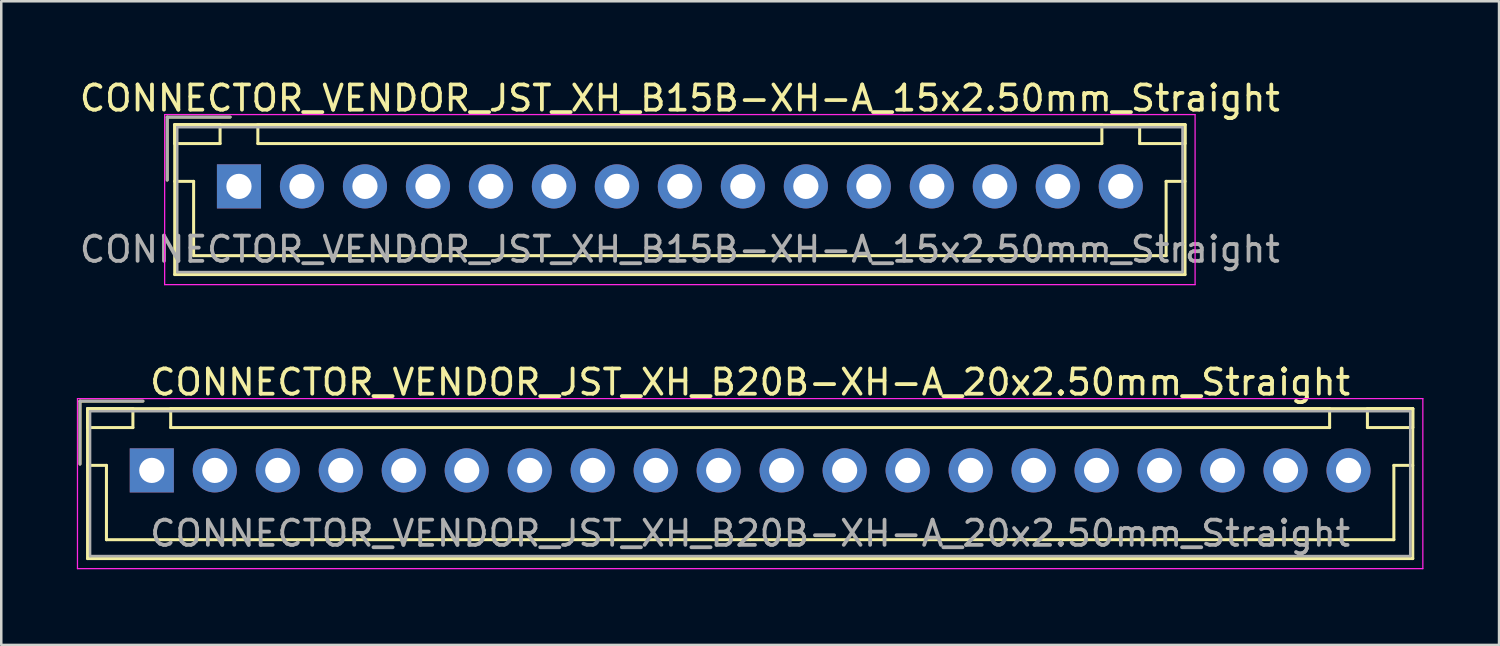
<source format=kicad_pcb>
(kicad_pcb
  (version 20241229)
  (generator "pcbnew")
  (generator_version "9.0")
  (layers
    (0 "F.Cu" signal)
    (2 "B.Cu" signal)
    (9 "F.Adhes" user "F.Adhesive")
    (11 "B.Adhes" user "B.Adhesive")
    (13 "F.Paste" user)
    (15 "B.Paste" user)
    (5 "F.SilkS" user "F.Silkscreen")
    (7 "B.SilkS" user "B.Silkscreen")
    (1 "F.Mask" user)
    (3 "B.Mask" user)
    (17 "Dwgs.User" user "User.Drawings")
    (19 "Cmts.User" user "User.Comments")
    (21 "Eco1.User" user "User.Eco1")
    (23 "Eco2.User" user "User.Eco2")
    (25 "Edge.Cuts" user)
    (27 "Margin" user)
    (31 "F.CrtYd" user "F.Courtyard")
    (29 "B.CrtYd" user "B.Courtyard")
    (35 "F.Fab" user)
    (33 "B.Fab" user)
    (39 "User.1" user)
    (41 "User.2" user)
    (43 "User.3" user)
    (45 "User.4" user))
  (footprint "CONNECTOR_VENDOR_JST_XH_B20B-XH-A_20x2.50mm_Straight"
    (layer "F.Cu")
    (at 2.975 15.621)
    (property "Reference" "CONNECTOR_VENDOR_JST_XH_B20B-XH-A_20x2.50mm_Straight" (at 23.75 -3.5 0) (layer "F.SilkS") (effects (font (size 1 1) (thickness 0.15))))
    (attr through_hole)
    (fp_line (start -2.85 -2.75) (end -2.85 -0.25) (stroke (width 0.12) (type solid)) (layer "F.SilkS"))
    (fp_line (start -2.55 -2.45) (end -2.55 -1.7) (stroke (width 0.12) (type solid)) (layer "F.SilkS"))
    (fp_line (start -2.55 -2.45) (end -2.55 3.5) (stroke (width 0.12) (type solid)) (layer "F.SilkS"))
    (fp_line (start -2.55 -1.7) (end -0.75 -1.7) (stroke (width 0.12) (type solid)) (layer "F.SilkS"))
    (fp_line (start -2.55 -0.2) (end -1.8 -0.2) (stroke (width 0.12) (type solid)) (layer "F.SilkS"))
    (fp_line (start -2.55 3.5) (end 50.05 3.5) (stroke (width 0.12) (type solid)) (layer "F.SilkS"))
    (fp_line (start -1.8 -0.2) (end -1.8 2.75) (stroke (width 0.12) (type solid)) (layer "F.SilkS"))
    (fp_line (start -1.8 2.75) (end 23.75 2.75) (stroke (width 0.12) (type solid)) (layer "F.SilkS"))
    (fp_line (start -0.75 -2.45) (end -2.55 -2.45) (stroke (width 0.12) (type solid)) (layer "F.SilkS"))
    (fp_line (start -0.75 -1.7) (end -0.75 -2.45) (stroke (width 0.12) (type solid)) (layer "F.SilkS"))
    (fp_line (start -0.35 -2.75) (end -2.85 -2.75) (stroke (width 0.12) (type solid)) (layer "F.SilkS"))
    (fp_line (start 0.75 -2.45) (end 0.75 -1.7) (stroke (width 0.12) (type solid)) (layer "F.SilkS"))
    (fp_line (start 0.75 -1.7) (end 46.75 -1.7) (stroke (width 0.12) (type solid)) (layer "F.SilkS"))
    (fp_line (start 46.75 -2.45) (end 0.75 -2.45) (stroke (width 0.12) (type solid)) (layer "F.SilkS"))
    (fp_line (start 46.75 -1.7) (end 46.75 -2.45) (stroke (width 0.12) (type solid)) (layer "F.SilkS"))
    (fp_line (start 48.25 -2.45) (end 48.25 -1.7) (stroke (width 0.12) (type solid)) (layer "F.SilkS"))
    (fp_line (start 48.25 -1.7) (end 50.05 -1.7) (stroke (width 0.12) (type solid)) (layer "F.SilkS"))
    (fp_line (start 49.3 -0.2) (end 49.3 2.75) (stroke (width 0.12) (type solid)) (layer "F.SilkS"))
    (fp_line (start 49.3 2.75) (end 23.75 2.75) (stroke (width 0.12) (type solid)) (layer "F.SilkS"))
    (fp_line (start 50.05 -2.45) (end -2.55 -2.45) (stroke (width 0.12) (type solid)) (layer "F.SilkS"))
    (fp_line (start 50.05 -2.45) (end 48.25 -2.45) (stroke (width 0.12) (type solid)) (layer "F.SilkS"))
    (fp_line (start 50.05 -1.7) (end 50.05 -2.45) (stroke (width 0.12) (type solid)) (layer "F.SilkS"))
    (fp_line (start 50.05 -0.2) (end 49.3 -0.2) (stroke (width 0.12) (type solid)) (layer "F.SilkS"))
    (fp_line (start 50.05 3.5) (end 50.05 -2.45) (stroke (width 0.12) (type solid)) (layer "F.SilkS"))
    (fp_line (start -2.95 -2.85) (end -2.95 3.9) (stroke (width 0.05) (type solid)) (layer "F.CrtYd"))
    (fp_line (start -2.95 3.9) (end 50.45 3.9) (stroke (width 0.05) (type solid)) (layer "F.CrtYd"))
    (fp_line (start 50.45 -2.85) (end -2.95 -2.85) (stroke (width 0.05) (type solid)) (layer "F.CrtYd"))
    (fp_line (start 50.45 3.9) (end 50.45 -2.85) (stroke (width 0.05) (type solid)) (layer "F.CrtYd"))
    (fp_line (start -2.85 -2.75) (end -2.85 -0.25) (stroke (width 0.1) (type solid)) (layer "F.Fab"))
    (fp_line (start -2.45 -2.35) (end -2.45 3.4) (stroke (width 0.1) (type solid)) (layer "F.Fab"))
    (fp_line (start -2.45 3.4) (end 49.95 3.4) (stroke (width 0.1) (type solid)) (layer "F.Fab"))
    (fp_line (start -0.35 -2.75) (end -2.85 -2.75) (stroke (width 0.1) (type solid)) (layer "F.Fab"))
    (fp_line (start 49.95 -2.35) (end -2.45 -2.35) (stroke (width 0.1) (type solid)) (layer "F.Fab"))
    (fp_line (start 49.95 3.4) (end 49.95 -2.35) (stroke (width 0.1) (type solid)) (layer "F.Fab"))
    (fp_text user "${REFERENCE}" (at 23.75 2.5 0) (layer "F.Fab") (effects (font (size 1 1) (thickness 0.15))))
    (pad "1" thru_hole rect (at 0 0) (size 1.75 1.75) (drill 1) (layers "*.Cu" "*.Mask"))
    (pad "2" thru_hole circle (at 2.5 0) (size 1.75 1.75) (drill 1) (layers "*.Cu" "*.Mask"))
    (pad "3" thru_hole circle (at 5 0) (size 1.75 1.75) (drill 1) (layers "*.Cu" "*.Mask"))
    (pad "4" thru_hole circle (at 7.5 0) (size 1.75 1.75) (drill 1) (layers "*.Cu" "*.Mask"))
    (pad "5" thru_hole circle (at 10 0) (size 1.75 1.75) (drill 1) (layers "*.Cu" "*.Mask"))
    (pad "6" thru_hole circle (at 12.5 0) (size 1.75 1.75) (drill 1) (layers "*.Cu" "*.Mask"))
    (pad "7" thru_hole circle (at 15 0) (size 1.75 1.75) (drill 1) (layers "*.Cu" "*.Mask"))
    (pad "8" thru_hole circle (at 17.5 0) (size 1.75 1.75) (drill 1) (layers "*.Cu" "*.Mask"))
    (pad "9" thru_hole circle (at 20 0) (size 1.75 1.75) (drill 1) (layers "*.Cu" "*.Mask"))
    (pad "10" thru_hole circle (at 22.5 0) (size 1.75 1.75) (drill 1) (layers "*.Cu" "*.Mask"))
    (pad "11" thru_hole circle (at 25 0) (size 1.75 1.75) (drill 1) (layers "*.Cu" "*.Mask"))
    (pad "12" thru_hole circle (at 27.5 0) (size 1.75 1.75) (drill 1) (layers "*.Cu" "*.Mask"))
    (pad "13" thru_hole circle (at 30 0) (size 1.75 1.75) (drill 1) (layers "*.Cu" "*.Mask"))
    (pad "14" thru_hole circle (at 32.5 0) (size 1.75 1.75) (drill 1) (layers "*.Cu" "*.Mask"))
    (pad "15" thru_hole circle (at 35 0) (size 1.75 1.75) (drill 1) (layers "*.Cu" "*.Mask"))
    (pad "16" thru_hole circle (at 37.5 0) (size 1.75 1.75) (drill 1) (layers "*.Cu" "*.Mask"))
    (pad "17" thru_hole circle (at 40 0) (size 1.75 1.75) (drill 1) (layers "*.Cu" "*.Mask"))
    (pad "18" thru_hole circle (at 42.5 0) (size 1.75 1.75) (drill 1) (layers "*.Cu" "*.Mask"))
    (pad "19" thru_hole circle (at 45 0) (size 1.75 1.75) (drill 1) (layers "*.Cu" "*.Mask"))
    (pad "20" thru_hole circle (at 47.5 0) (size 1.75 1.75) (drill 1) (layers "*.Cu" "*.Mask")))
  (footprint "CONNECTOR_VENDOR_JST_XH_B15B-XH-A_15x2.50mm_Straight"
    (layer "F.Cu")
    (at 6.435 4.348)
    (property "Reference" "CONNECTOR_VENDOR_JST_XH_B15B-XH-A_15x2.50mm_Straight" (at 17.5 -3.5 0) (layer "F.SilkS") (effects (font (size 1 1) (thickness 0.15))))
    (attr through_hole)
    (fp_line (start -2.85 -2.75) (end -2.85 -0.25) (stroke (width 0.12) (type solid)) (layer "F.SilkS"))
    (fp_line (start -2.55 -2.45) (end -2.55 -1.7) (stroke (width 0.12) (type solid)) (layer "F.SilkS"))
    (fp_line (start -2.55 -2.45) (end -2.55 3.5) (stroke (width 0.12) (type solid)) (layer "F.SilkS"))
    (fp_line (start -2.55 -1.7) (end -0.75 -1.7) (stroke (width 0.12) (type solid)) (layer "F.SilkS"))
    (fp_line (start -2.55 -0.2) (end -1.8 -0.2) (stroke (width 0.12) (type solid)) (layer "F.SilkS"))
    (fp_line (start -2.55 3.5) (end 37.55 3.5) (stroke (width 0.12) (type solid)) (layer "F.SilkS"))
    (fp_line (start -1.8 -0.2) (end -1.8 2.75) (stroke (width 0.12) (type solid)) (layer "F.SilkS"))
    (fp_line (start -1.8 2.75) (end 17.5 2.75) (stroke (width 0.12) (type solid)) (layer "F.SilkS"))
    (fp_line (start -0.75 -2.45) (end -2.55 -2.45) (stroke (width 0.12) (type solid)) (layer "F.SilkS"))
    (fp_line (start -0.75 -1.7) (end -0.75 -2.45) (stroke (width 0.12) (type solid)) (layer "F.SilkS"))
    (fp_line (start -0.35 -2.75) (end -2.85 -2.75) (stroke (width 0.12) (type solid)) (layer "F.SilkS"))
    (fp_line (start 0.75 -2.45) (end 0.75 -1.7) (stroke (width 0.12) (type solid)) (layer "F.SilkS"))
    (fp_line (start 0.75 -1.7) (end 34.25 -1.7) (stroke (width 0.12) (type solid)) (layer "F.SilkS"))
    (fp_line (start 34.25 -2.45) (end 0.75 -2.45) (stroke (width 0.12) (type solid)) (layer "F.SilkS"))
    (fp_line (start 34.25 -1.7) (end 34.25 -2.45) (stroke (width 0.12) (type solid)) (layer "F.SilkS"))
    (fp_line (start 35.75 -2.45) (end 35.75 -1.7) (stroke (width 0.12) (type solid)) (layer "F.SilkS"))
    (fp_line (start 35.75 -1.7) (end 37.55 -1.7) (stroke (width 0.12) (type solid)) (layer "F.SilkS"))
    (fp_line (start 36.8 -0.2) (end 36.8 2.75) (stroke (width 0.12) (type solid)) (layer "F.SilkS"))
    (fp_line (start 36.8 2.75) (end 17.5 2.75) (stroke (width 0.12) (type solid)) (layer "F.SilkS"))
    (fp_line (start 37.55 -2.45) (end -2.55 -2.45) (stroke (width 0.12) (type solid)) (layer "F.SilkS"))
    (fp_line (start 37.55 -2.45) (end 35.75 -2.45) (stroke (width 0.12) (type solid)) (layer "F.SilkS"))
    (fp_line (start 37.55 -1.7) (end 37.55 -2.45) (stroke (width 0.12) (type solid)) (layer "F.SilkS"))
    (fp_line (start 37.55 -0.2) (end 36.8 -0.2) (stroke (width 0.12) (type solid)) (layer "F.SilkS"))
    (fp_line (start 37.55 3.5) (end 37.55 -2.45) (stroke (width 0.12) (type solid)) (layer "F.SilkS"))
    (fp_line (start -2.95 -2.85) (end -2.95 3.9) (stroke (width 0.05) (type solid)) (layer "F.CrtYd"))
    (fp_line (start -2.95 3.9) (end 37.95 3.9) (stroke (width 0.05) (type solid)) (layer "F.CrtYd"))
    (fp_line (start 37.95 -2.85) (end -2.95 -2.85) (stroke (width 0.05) (type solid)) (layer "F.CrtYd"))
    (fp_line (start 37.95 3.9) (end 37.95 -2.85) (stroke (width 0.05) (type solid)) (layer "F.CrtYd"))
    (fp_line (start -2.85 -2.75) (end -2.85 -0.25) (stroke (width 0.1) (type solid)) (layer "F.Fab"))
    (fp_line (start -2.45 -2.35) (end -2.45 3.4) (stroke (width 0.1) (type solid)) (layer "F.Fab"))
    (fp_line (start -2.45 3.4) (end 37.45 3.4) (stroke (width 0.1) (type solid)) (layer "F.Fab"))
    (fp_line (start -0.35 -2.75) (end -2.85 -2.75) (stroke (width 0.1) (type solid)) (layer "F.Fab"))
    (fp_line (start 37.45 -2.35) (end -2.45 -2.35) (stroke (width 0.1) (type solid)) (layer "F.Fab"))
    (fp_line (start 37.45 3.4) (end 37.45 -2.35) (stroke (width 0.1) (type solid)) (layer "F.Fab"))
    (fp_text user "${REFERENCE}" (at 17.5 2.5 0) (layer "F.Fab") (effects (font (size 1 1) (thickness 0.15))))
    (pad "1" thru_hole rect (at 0 0) (size 1.75 1.75) (drill 1) (layers "*.Cu" "*.Mask"))
    (pad "2" thru_hole circle (at 2.5 0) (size 1.75 1.75) (drill 1) (layers "*.Cu" "*.Mask"))
    (pad "3" thru_hole circle (at 5 0) (size 1.75 1.75) (drill 1) (layers "*.Cu" "*.Mask"))
    (pad "4" thru_hole circle (at 7.5 0) (size 1.75 1.75) (drill 1) (layers "*.Cu" "*.Mask"))
    (pad "5" thru_hole circle (at 10 0) (size 1.75 1.75) (drill 1) (layers "*.Cu" "*.Mask"))
    (pad "6" thru_hole circle (at 12.5 0) (size 1.75 1.75) (drill 1) (layers "*.Cu" "*.Mask"))
    (pad "7" thru_hole circle (at 15 0) (size 1.75 1.75) (drill 1) (layers "*.Cu" "*.Mask"))
    (pad "8" thru_hole circle (at 17.5 0) (size 1.75 1.75) (drill 1) (layers "*.Cu" "*.Mask"))
    (pad "9" thru_hole circle (at 20 0) (size 1.75 1.75) (drill 1) (layers "*.Cu" "*.Mask"))
    (pad "10" thru_hole circle (at 22.5 0) (size 1.75 1.75) (drill 1) (layers "*.Cu" "*.Mask"))
    (pad "11" thru_hole circle (at 25 0) (size 1.75 1.75) (drill 1) (layers "*.Cu" "*.Mask"))
    (pad "12" thru_hole circle (at 27.5 0) (size 1.75 1.75) (drill 1) (layers "*.Cu" "*.Mask"))
    (pad "13" thru_hole circle (at 30 0) (size 1.75 1.75) (drill 1) (layers "*.Cu" "*.Mask"))
    (pad "14" thru_hole circle (at 32.5 0) (size 1.75 1.75) (drill 1) (layers "*.Cu" "*.Mask"))
    (pad "15" thru_hole circle (at 35 0) (size 1.75 1.75) (drill 1) (layers "*.Cu" "*.Mask")))
  (gr_rect
    (start -3 -3)
    (end 56.45 22.547)
    (stroke (width 0.1) (type default))
    (fill no)
    (layer "Edge.Cuts")))
</source>
